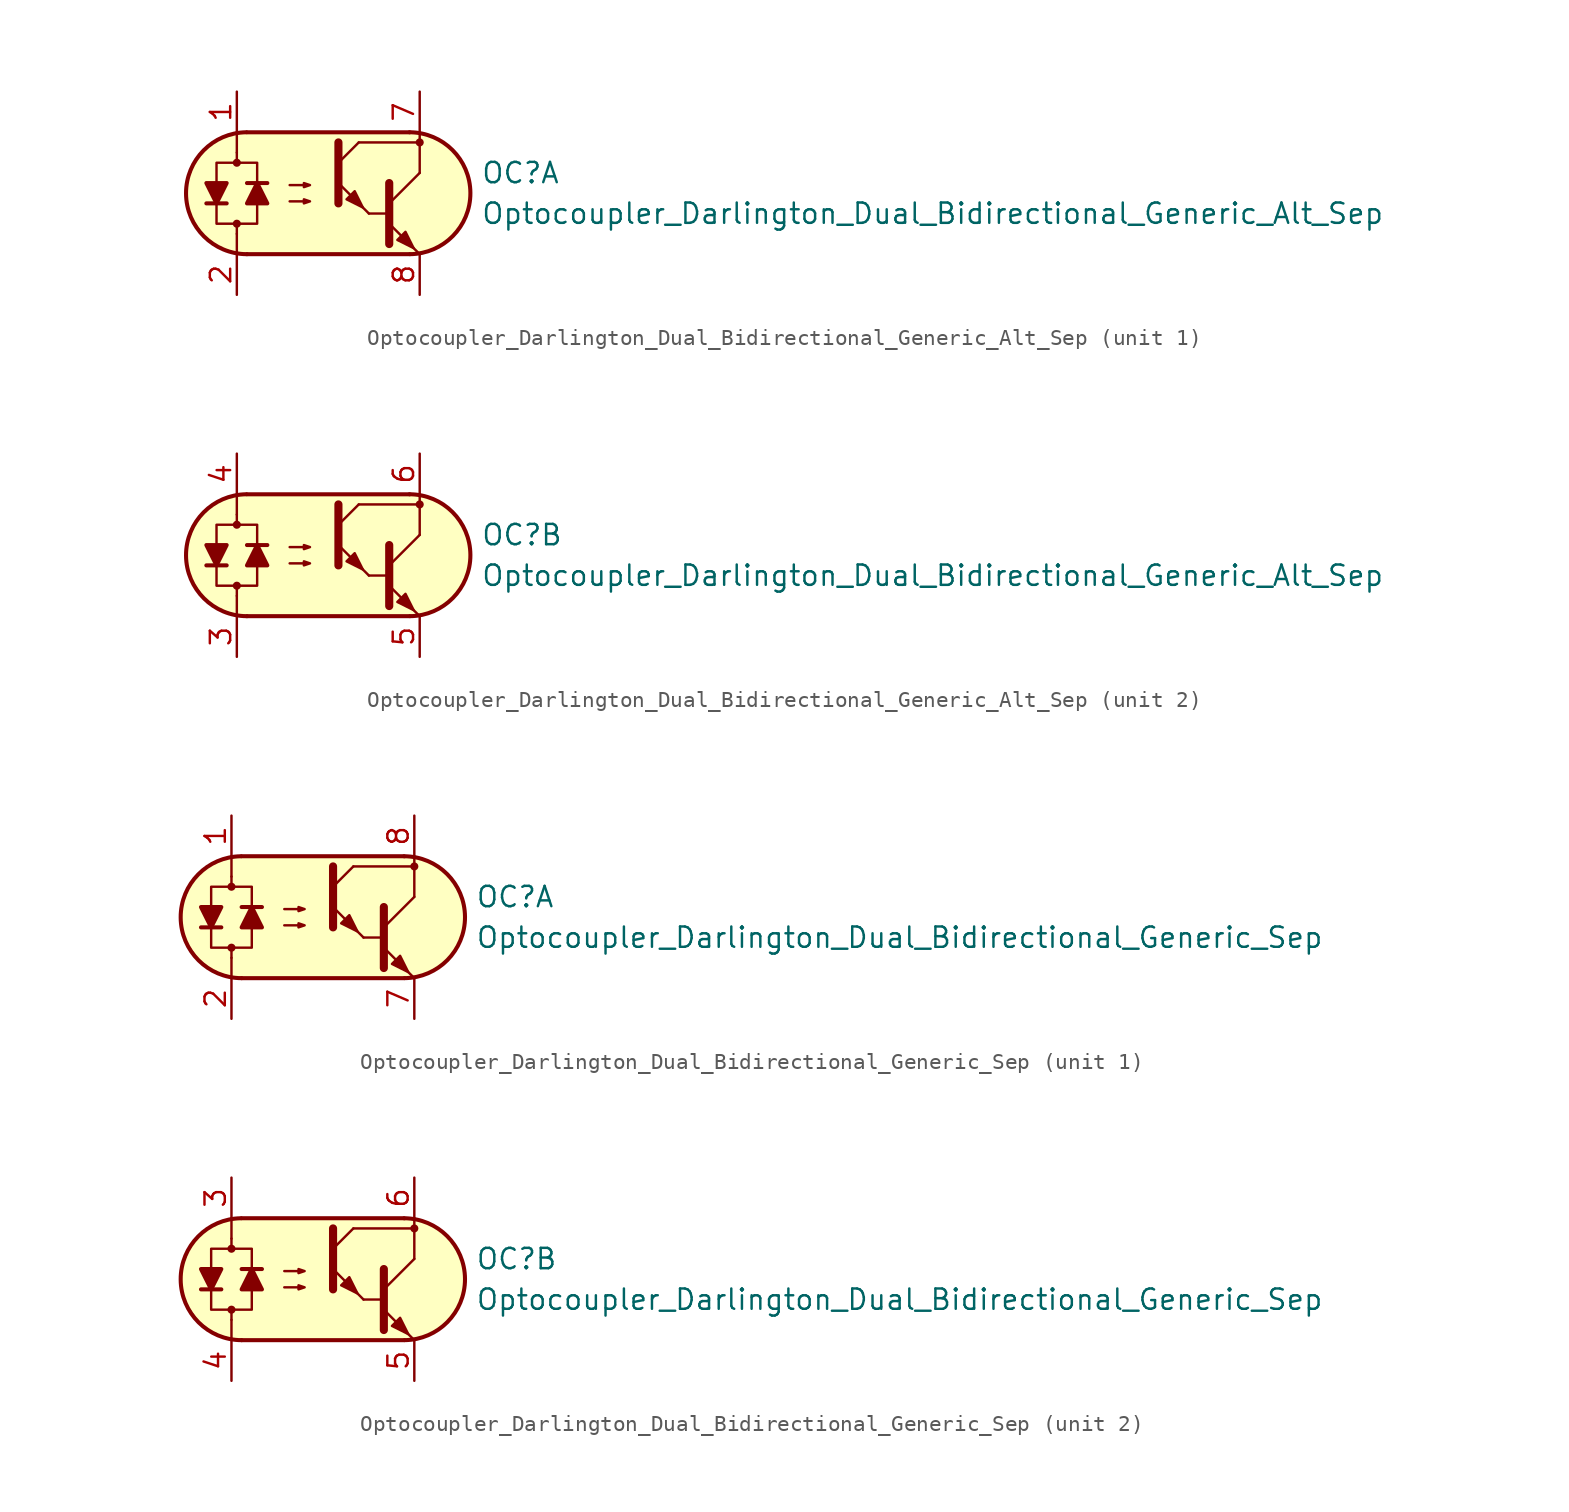
<source format=kicad_sym>
(kicad_symbol_lib
  (version 20211014)
  (generator kicad_symbol_editor)
  (symbol "Optocoupler_Darlington_Dual_Bidirectional_Generic_Alt_Sep"
    (pin_names
      (offset 1.016))
    (property "Reference" "OC"
      (at 10.16 1.27 0)
      (effects (font (size 1.27 1.27)) (justify left)))
    (property "Value" "Optocoupler_Darlington_Dual_Bidirectional_Generic_Alt_Sep"
      (at 10.16 -1.27 0)
      (effects (font (size 1.27 1.27)) (justify left)))
    (symbol "Optocoupler_Darlington_Dual_Bidirectional_Generic_Alt_Sep_0_1"
      (arc (start -4.4835 3.8099) (mid -8.2551 -0.016) (end -4.4516 -3.8101) (stroke (width 0.254) (type default) (color 0 0 0 0)) (fill (type none)))
      (polyline (pts (xy -5.08 -2.54) (xy -5.08 -3.81)) (stroke (width 0.152) (type default) (color 0 0 0 0)) (fill (type none)))
      (polyline (pts (xy -5.08 1.905) (xy -5.08 2.54)) (stroke (width 0.152) (type default) (color 0 0 0 0)) (fill (type none)))
      (polyline (pts (xy -5.08 2.54) (xy -5.08 3.81)) (stroke (width 0.152) (type default) (color 0 0 0 0)) (fill (type none)))
      (polyline (pts (xy -4.445 -3.81) (xy 5.715 -3.81)) (stroke (width 0.254) (type default) (color 0 0 0 0)) (fill (type none)))
      (polyline (pts (xy 2.54 3.175) (xy 6.35 3.175)) (stroke (width 0.152) (type default) (color 0 0 0 0)) (fill (type none)))
      (polyline (pts (xy 3.175 -1.27) (xy 4.445 -1.27)) (stroke (width 0) (type default) (color 0 0 0 0)) (fill (type none)))
      (polyline (pts (xy 4.445 -0.635) (xy 6.35 1.27)) (stroke (width 0) (type default) (color 0 0 0 0)) (fill (type none)))
      (polyline (pts (xy 5.715 3.81) (xy -4.445 3.81)) (stroke (width 0.254) (type default) (color 0 0 0 0)) (fill (type none)))
      (polyline (pts (xy 6.35 -3.81) (xy 4.445 -1.905)) (stroke (width 0) (type default) (color 0 0 0 0)) (fill (type outline)))
      (polyline (pts (xy 6.35 1.27) (xy 6.35 3.81)) (stroke (width 0.152) (type default) (color 0 0 0 0)) (fill (type none)))
      (polyline (pts (xy 4.445 0.635) (xy 4.445 -3.175) (xy 4.445 -3.175)) (stroke (width 0.508) (type default) (color 0 0 0 0)) (fill (type none)))
      (polyline (pts (xy -1.778 -0.508) (xy -0.508 -0.508) (xy -0.889 -0.635) (xy -0.889 -0.381) (xy -0.508 -0.508)) (stroke (width 0) (type default) (color 0 0 0 0)) (fill (type none)))
      (polyline (pts (xy -1.778 0.508) (xy -0.508 0.508) (xy -0.889 0.381) (xy -0.889 0.635) (xy -0.508 0.508)) (stroke (width 0) (type default) (color 0 0 0 0)) (fill (type none)))
      (polyline (pts (xy 4.953 -2.921) (xy 5.461 -2.413) (xy 5.969 -3.429) (xy 4.953 -2.921) (xy 4.953 -2.921)) (stroke (width 0) (type default) (color 0 0 0 0)) (fill (type outline)))
      (polyline (pts (xy -5.08 -2.54) (xy -5.08 -1.905) (xy -6.35 -1.905) (xy -6.35 1.905) (xy -3.81 1.905) (xy -3.81 -1.905) (xy -5.08 -1.905)) (stroke (width 0.152) (type default) (color 0 0 0 0)) (fill (type none)))
      (polyline (pts (xy 5.715 3.81) (xy -4.064 3.81) (xy -4.572 3.81) (xy -5.207 3.683) (xy -5.842 3.556) (xy -6.604 3.175) (xy -7.239 2.54) (xy -7.747 1.778) (xy -8.255 0.508) (xy -8.255 -0.508) (xy -8.001 -1.397) (xy -7.112 -2.667) (xy -6.096 -3.429) (xy -4.572 -3.81) (xy 6.096 -3.81) (xy 7.112 -3.556) (xy 8.128 -2.921) (xy 8.89 -2.159) (xy 9.271 -1.397) (xy 9.525 -0.127) (xy 9.398 0.889) (xy 9.144 1.651) (xy 8.763 2.286) (xy 8.255 2.794) (xy 7.62 3.302) (xy 6.731 3.683) (xy 5.715 3.81)) (stroke (width 0.01) (type default) (color 0 0 0 0)) (fill (type background)))
      (arc (start 5.7469 -3.81) (mid 9.5185 0.0159) (end 5.715 3.81) (stroke (width 0.254) (type default) (color 0 0 0 0)) (fill (type none))))
    (symbol "Optocoupler_Darlington_Dual_Bidirectional_Generic_Alt_Sep_1_1"
      (circle (center -5.08 -1.905) (radius 0.178) (stroke (width 0) (type default) (color 0 0 0 0)) (fill (type outline)))
      (circle (center -5.08 1.905) (radius 0.178) (stroke (width 0) (type default) (color 0 0 0 0)) (fill (type outline)))
      (polyline (pts (xy -6.985 -0.635) (xy -5.715 -0.635)) (stroke (width 0.254) (type default) (color 0 0 0 0)) (fill (type none)))
      (polyline (pts (xy -3.175 0.635) (xy -4.445 0.635)) (stroke (width 0.254) (type default) (color 0 0 0 0)) (fill (type none)))
      (polyline (pts (xy 1.27 1.905) (xy 2.54 3.175)) (stroke (width 0) (type default) (color 0 0 0 0)) (fill (type none)))
      (polyline (pts (xy 3.175 -1.27) (xy 1.27 0.635)) (stroke (width 0) (type default) (color 0 0 0 0)) (fill (type outline)))
      (polyline (pts (xy 1.27 3.175) (xy 1.27 -0.635) (xy 1.27 -0.635)) (stroke (width 0.508) (type default) (color 0 0 0 0)) (fill (type none)))
      (polyline (pts (xy -6.35 -0.635) (xy -6.985 0.635) (xy -5.715 0.635) (xy -6.35 -0.635)) (stroke (width 0.254) (type default) (color 0 0 0 0)) (fill (type outline)))
      (polyline (pts (xy -3.81 0.635) (xy -3.175 -0.635) (xy -4.445 -0.635) (xy -3.81 0.635)) (stroke (width 0.254) (type default) (color 0 0 0 0)) (fill (type outline)))
      (polyline (pts (xy 1.778 -0.381) (xy 2.286 0.127) (xy 2.794 -0.889) (xy 1.778 -0.381) (xy 1.778 -0.381)) (stroke (width 0) (type default) (color 0 0 0 0)) (fill (type outline)))
      (circle (center 6.35 3.175) (radius 0.178) (stroke (width 0) (type default) (color 0 0 0 0)) (fill (type outline)))
      (pin passive line (at -5.08 6.35 270) (length 2.54) (name "~" (effects (font (size 1.27 1.27)))) (number "1" (effects (font (size 1.27 1.27)))))
      (pin passive line (at -5.08 -6.35 90) (length 2.54) (name "~" (effects (font (size 1.27 1.27)))) (number "2" (effects (font (size 1.27 1.27)))))
      (pin passive line (at 6.35 6.35 270) (length 2.54) (name "~" (effects (font (size 1.27 1.27)))) (number "7" (effects (font (size 1.27 1.27)))))
      (pin passive line (at 6.35 -6.35 90) (length 2.54) (name "~" (effects (font (size 1.27 1.27)))) (number "8" (effects (font (size 1.27 1.27))))))
    (symbol "Optocoupler_Darlington_Dual_Bidirectional_Generic_Alt_Sep_2_1"
      (circle (center -5.08 -1.905) (radius 0.178) (stroke (width 0) (type default) (color 0 0 0 0)) (fill (type outline)))
      (circle (center -5.08 1.905) (radius 0.178) (stroke (width 0) (type default) (color 0 0 0 0)) (fill (type outline)))
      (polyline (pts (xy -6.985 -0.635) (xy -5.715 -0.635)) (stroke (width 0.254) (type default) (color 0 0 0 0)) (fill (type none)))
      (polyline (pts (xy -3.175 0.635) (xy -4.445 0.635)) (stroke (width 0.254) (type default) (color 0 0 0 0)) (fill (type none)))
      (polyline (pts (xy 1.27 1.905) (xy 2.54 3.175)) (stroke (width 0) (type default) (color 0 0 0 0)) (fill (type none)))
      (polyline (pts (xy 3.175 -1.27) (xy 1.27 0.635)) (stroke (width 0) (type default) (color 0 0 0 0)) (fill (type outline)))
      (polyline (pts (xy 1.27 3.175) (xy 1.27 -0.635) (xy 1.27 -0.635)) (stroke (width 0.508) (type default) (color 0 0 0 0)) (fill (type none)))
      (polyline (pts (xy -6.35 -0.635) (xy -6.985 0.635) (xy -5.715 0.635) (xy -6.35 -0.635)) (stroke (width 0.254) (type default) (color 0 0 0 0)) (fill (type outline)))
      (polyline (pts (xy -3.81 0.635) (xy -3.175 -0.635) (xy -4.445 -0.635) (xy -3.81 0.635)) (stroke (width 0.254) (type default) (color 0 0 0 0)) (fill (type outline)))
      (polyline (pts (xy 1.778 -0.381) (xy 2.286 0.127) (xy 2.794 -0.889) (xy 1.778 -0.381) (xy 1.778 -0.381)) (stroke (width 0) (type default) (color 0 0 0 0)) (fill (type outline)))
      (circle (center 6.35 3.175) (radius 0.178) (stroke (width 0) (type default) (color 0 0 0 0)) (fill (type outline)))
      (pin passive line (at -5.08 -6.35 90) (length 2.54) (name "~" (effects (font (size 1.27 1.27)))) (number "3" (effects (font (size 1.27 1.27)))))
      (pin passive line (at -5.08 6.35 270) (length 2.54) (name "~" (effects (font (size 1.27 1.27)))) (number "4" (effects (font (size 1.27 1.27)))))
      (pin passive line (at 6.35 -6.35 90) (length 2.54) (name "~" (effects (font (size 1.27 1.27)))) (number "5" (effects (font (size 1.27 1.27)))))
      (pin passive line (at 6.35 6.35 270) (length 2.54) (name "~" (effects (font (size 1.27 1.27)))) (number "6" (effects (font (size 1.27 1.27)))))))
  (symbol "Optocoupler_Darlington_Dual_Bidirectional_Generic_Sep"
    (pin_names
      (offset 1.016))
    (property "Reference" "OC"
      (at 10.16 1.27 0)
      (effects (font (size 1.27 1.27)) (justify left)))
    (property "Value" "Optocoupler_Darlington_Dual_Bidirectional_Generic_Sep"
      (at 10.16 -1.27 0)
      (effects (font (size 1.27 1.27)) (justify left)))
    (property "ki_locked" ""
      (at 0 0 0)
      (effects (font (size 1.27 1.27))))
    (symbol "Optocoupler_Darlington_Dual_Bidirectional_Generic_Sep_0_1"
      (arc (start -4.4835 3.8099) (mid -8.2551 -0.016) (end -4.4516 -3.8101) (stroke (width 0.254) (type default) (color 0 0 0 0)) (fill (type none)))
      (polyline (pts (xy -5.08 -2.54) (xy -5.08 -3.81)) (stroke (width 0.152) (type default) (color 0 0 0 0)) (fill (type none)))
      (polyline (pts (xy -5.08 1.905) (xy -5.08 2.54)) (stroke (width 0.152) (type default) (color 0 0 0 0)) (fill (type none)))
      (polyline (pts (xy -5.08 2.54) (xy -5.08 3.81)) (stroke (width 0.152) (type default) (color 0 0 0 0)) (fill (type none)))
      (polyline (pts (xy -4.445 -3.81) (xy 5.715 -3.81)) (stroke (width 0.254) (type default) (color 0 0 0 0)) (fill (type none)))
      (polyline (pts (xy 2.54 3.175) (xy 6.35 3.175)) (stroke (width 0.152) (type default) (color 0 0 0 0)) (fill (type none)))
      (polyline (pts (xy 3.175 -1.27) (xy 4.445 -1.27)) (stroke (width 0) (type default) (color 0 0 0 0)) (fill (type none)))
      (polyline (pts (xy 4.445 -0.635) (xy 6.35 1.27)) (stroke (width 0) (type default) (color 0 0 0 0)) (fill (type none)))
      (polyline (pts (xy 5.715 3.81) (xy -4.445 3.81)) (stroke (width 0.254) (type default) (color 0 0 0 0)) (fill (type none)))
      (polyline (pts (xy 6.35 -3.81) (xy 4.445 -1.905)) (stroke (width 0) (type default) (color 0 0 0 0)) (fill (type outline)))
      (polyline (pts (xy 6.35 1.27) (xy 6.35 3.81)) (stroke (width 0.152) (type default) (color 0 0 0 0)) (fill (type none)))
      (polyline (pts (xy 4.445 0.635) (xy 4.445 -3.175) (xy 4.445 -3.175)) (stroke (width 0.508) (type default) (color 0 0 0 0)) (fill (type none)))
      (polyline (pts (xy -1.778 -0.508) (xy -0.508 -0.508) (xy -0.889 -0.635) (xy -0.889 -0.381) (xy -0.508 -0.508)) (stroke (width 0) (type default) (color 0 0 0 0)) (fill (type none)))
      (polyline (pts (xy -1.778 0.508) (xy -0.508 0.508) (xy -0.889 0.381) (xy -0.889 0.635) (xy -0.508 0.508)) (stroke (width 0) (type default) (color 0 0 0 0)) (fill (type none)))
      (polyline (pts (xy 4.953 -2.921) (xy 5.461 -2.413) (xy 5.969 -3.429) (xy 4.953 -2.921) (xy 4.953 -2.921)) (stroke (width 0) (type default) (color 0 0 0 0)) (fill (type outline)))
      (polyline (pts (xy -5.08 -2.54) (xy -5.08 -1.905) (xy -6.35 -1.905) (xy -6.35 1.905) (xy -3.81 1.905) (xy -3.81 -1.905) (xy -5.08 -1.905)) (stroke (width 0.152) (type default) (color 0 0 0 0)) (fill (type none)))
      (polyline (pts (xy 5.715 3.81) (xy -4.064 3.81) (xy -4.572 3.81) (xy -5.207 3.683) (xy -5.842 3.556) (xy -6.604 3.175) (xy -7.239 2.54) (xy -7.747 1.778) (xy -8.255 0.508) (xy -8.255 -0.508) (xy -8.001 -1.397) (xy -7.112 -2.667) (xy -6.096 -3.429) (xy -4.572 -3.81) (xy 6.096 -3.81) (xy 7.112 -3.556) (xy 8.128 -2.921) (xy 8.89 -2.159) (xy 9.271 -1.397) (xy 9.525 -0.127) (xy 9.398 0.889) (xy 9.144 1.651) (xy 8.763 2.286) (xy 8.255 2.794) (xy 7.62 3.302) (xy 6.731 3.683) (xy 5.715 3.81)) (stroke (width 0.01) (type default) (color 0 0 0 0)) (fill (type background)))
      (arc (start 5.7469 -3.81) (mid 9.5185 0.0159) (end 5.715 3.81) (stroke (width 0.254) (type default) (color 0 0 0 0)) (fill (type none))))
    (symbol "Optocoupler_Darlington_Dual_Bidirectional_Generic_Sep_1_1"
      (circle (center -5.08 -1.905) (radius 0.178) (stroke (width 0) (type default) (color 0 0 0 0)) (fill (type outline)))
      (circle (center -5.08 1.905) (radius 0.178) (stroke (width 0) (type default) (color 0 0 0 0)) (fill (type outline)))
      (polyline (pts (xy -6.985 -0.635) (xy -5.715 -0.635)) (stroke (width 0.254) (type default) (color 0 0 0 0)) (fill (type none)))
      (polyline (pts (xy -3.175 0.635) (xy -4.445 0.635)) (stroke (width 0.254) (type default) (color 0 0 0 0)) (fill (type none)))
      (polyline (pts (xy 1.27 1.905) (xy 2.54 3.175)) (stroke (width 0) (type default) (color 0 0 0 0)) (fill (type none)))
      (polyline (pts (xy 3.175 -1.27) (xy 1.27 0.635)) (stroke (width 0) (type default) (color 0 0 0 0)) (fill (type outline)))
      (polyline (pts (xy 1.27 3.175) (xy 1.27 -0.635) (xy 1.27 -0.635)) (stroke (width 0.508) (type default) (color 0 0 0 0)) (fill (type none)))
      (polyline (pts (xy -6.35 -0.635) (xy -6.985 0.635) (xy -5.715 0.635) (xy -6.35 -0.635)) (stroke (width 0.254) (type default) (color 0 0 0 0)) (fill (type outline)))
      (polyline (pts (xy -3.81 0.635) (xy -3.175 -0.635) (xy -4.445 -0.635) (xy -3.81 0.635)) (stroke (width 0.254) (type default) (color 0 0 0 0)) (fill (type outline)))
      (polyline (pts (xy 1.778 -0.381) (xy 2.286 0.127) (xy 2.794 -0.889) (xy 1.778 -0.381) (xy 1.778 -0.381)) (stroke (width 0) (type default) (color 0 0 0 0)) (fill (type outline)))
      (circle (center 6.35 3.175) (radius 0.178) (stroke (width 0) (type default) (color 0 0 0 0)) (fill (type outline)))
      (pin passive line (at -5.08 6.35 270) (length 2.54) (name "~" (effects (font (size 1.27 1.27)))) (number "1" (effects (font (size 1.27 1.27)))))
      (pin passive line (at -5.08 -6.35 90) (length 2.54) (name "~" (effects (font (size 1.27 1.27)))) (number "2" (effects (font (size 1.27 1.27)))))
      (pin passive line (at 6.35 -6.35 90) (length 2.54) (name "~" (effects (font (size 1.27 1.27)))) (number "7" (effects (font (size 1.27 1.27)))))
      (pin passive line (at 6.35 6.35 270) (length 2.54) (name "~" (effects (font (size 1.27 1.27)))) (number "8" (effects (font (size 1.27 1.27))))))
    (symbol "Optocoupler_Darlington_Dual_Bidirectional_Generic_Sep_2_1"
      (circle (center -5.08 -1.905) (radius 0.178) (stroke (width 0) (type default) (color 0 0 0 0)) (fill (type outline)))
      (circle (center -5.08 1.905) (radius 0.178) (stroke (width 0) (type default) (color 0 0 0 0)) (fill (type outline)))
      (polyline (pts (xy -6.985 -0.635) (xy -5.715 -0.635)) (stroke (width 0.254) (type default) (color 0 0 0 0)) (fill (type none)))
      (polyline (pts (xy -3.175 0.635) (xy -4.445 0.635)) (stroke (width 0.254) (type default) (color 0 0 0 0)) (fill (type none)))
      (polyline (pts (xy 1.27 1.905) (xy 2.54 3.175)) (stroke (width 0) (type default) (color 0 0 0 0)) (fill (type none)))
      (polyline (pts (xy 3.175 -1.27) (xy 1.27 0.635)) (stroke (width 0) (type default) (color 0 0 0 0)) (fill (type outline)))
      (polyline (pts (xy 1.27 3.175) (xy 1.27 -0.635) (xy 1.27 -0.635)) (stroke (width 0.508) (type default) (color 0 0 0 0)) (fill (type none)))
      (polyline (pts (xy -6.35 -0.635) (xy -6.985 0.635) (xy -5.715 0.635) (xy -6.35 -0.635)) (stroke (width 0.254) (type default) (color 0 0 0 0)) (fill (type outline)))
      (polyline (pts (xy -3.81 0.635) (xy -3.175 -0.635) (xy -4.445 -0.635) (xy -3.81 0.635)) (stroke (width 0.254) (type default) (color 0 0 0 0)) (fill (type outline)))
      (polyline (pts (xy 1.778 -0.381) (xy 2.286 0.127) (xy 2.794 -0.889) (xy 1.778 -0.381) (xy 1.778 -0.381)) (stroke (width 0) (type default) (color 0 0 0 0)) (fill (type outline)))
      (circle (center 6.35 3.175) (radius 0.178) (stroke (width 0) (type default) (color 0 0 0 0)) (fill (type outline)))
      (pin passive line (at -5.08 6.35 270) (length 2.54) (name "~" (effects (font (size 1.27 1.27)))) (number "3" (effects (font (size 1.27 1.27)))))
      (pin passive line (at -5.08 -6.35 90) (length 2.54) (name "~" (effects (font (size 1.27 1.27)))) (number "4" (effects (font (size 1.27 1.27)))))
      (pin passive line (at 6.35 -6.35 90) (length 2.54) (name "~" (effects (font (size 1.27 1.27)))) (number "5" (effects (font (size 1.27 1.27)))))
      (pin passive line (at 6.35 6.35 270) (length 2.54) (name "~" (effects (font (size 1.27 1.27)))) (number "6" (effects (font (size 1.27 1.27))))))))
</source>
